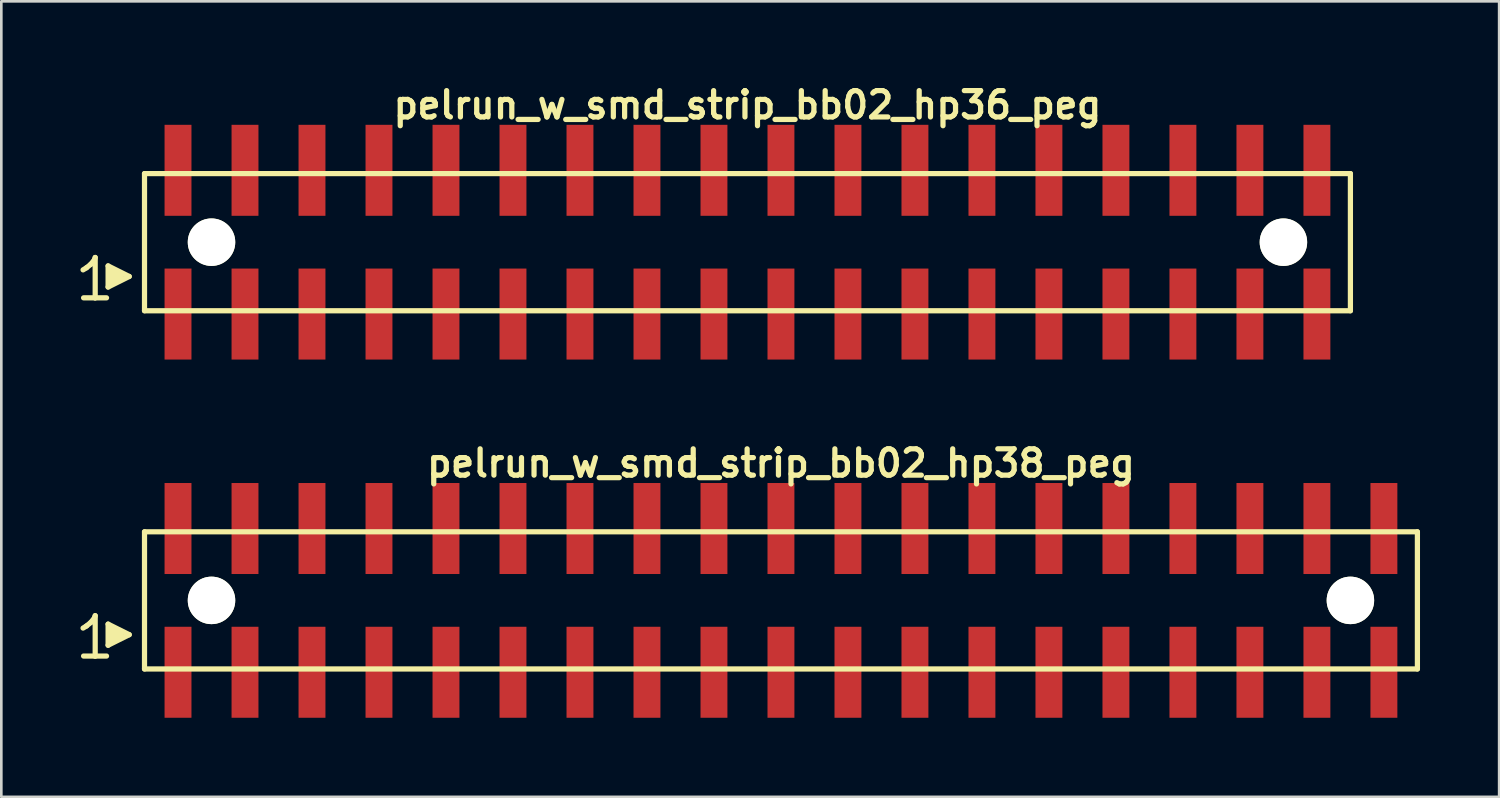
<source format=kicad_pcb>
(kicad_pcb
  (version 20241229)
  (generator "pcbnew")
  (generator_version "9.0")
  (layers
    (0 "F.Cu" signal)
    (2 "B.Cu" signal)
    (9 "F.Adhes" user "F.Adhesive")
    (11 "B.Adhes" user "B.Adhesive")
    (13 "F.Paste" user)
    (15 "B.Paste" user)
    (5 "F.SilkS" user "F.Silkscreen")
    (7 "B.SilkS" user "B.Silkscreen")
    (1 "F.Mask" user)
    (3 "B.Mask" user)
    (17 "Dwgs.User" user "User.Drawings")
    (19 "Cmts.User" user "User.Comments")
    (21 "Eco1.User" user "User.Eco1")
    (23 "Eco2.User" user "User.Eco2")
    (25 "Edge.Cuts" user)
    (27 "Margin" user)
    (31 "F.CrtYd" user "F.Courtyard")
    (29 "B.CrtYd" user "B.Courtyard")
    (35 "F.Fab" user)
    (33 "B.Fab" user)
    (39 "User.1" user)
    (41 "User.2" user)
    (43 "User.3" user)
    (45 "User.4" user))
  (footprint "pelrun_w_smd_strip_bb02_hp38_peg"
    (layer "F.Cu")
    (at 26.559 19.713)
    (property "Reference" "pelrun_w_smd_strip_bb02_hp38_peg" (at 0 -5.2 0) (layer "F.SilkS") (effects (font (size 0.998 0.998) (thickness 0.198))))
    (attr through_hole)
    (fp_line (start -26.46 1.05) (end -26.33 0.97) (stroke (width 0.198) (type solid)) (layer "F.SilkS"))
    (fp_line (start -26.33 0.97) (end -26.17 0.84) (stroke (width 0.198) (type solid)) (layer "F.SilkS"))
    (fp_line (start -26.17 0.84) (end -26.03 0.67) (stroke (width 0.198) (type solid)) (layer "F.SilkS"))
    (fp_line (start -26.03 0.67) (end -26 0.58) (stroke (width 0.198) (type solid)) (layer "F.SilkS"))
    (fp_line (start -26 0.58) (end -26 2.11) (stroke (width 0.198) (type solid)) (layer "F.SilkS"))
    (fp_line (start -26 2.11) (end -26.44 2.11) (stroke (width 0.198) (type solid)) (layer "F.SilkS"))
    (fp_line (start -25.57 2.11) (end -26.01 2.11) (stroke (width 0.198) (type solid)) (layer "F.SilkS"))
    (fp_line (start -25.51 0.9) (end -24.71 1.3) (stroke (width 0.198) (type solid)) (layer "F.SilkS"))
    (fp_line (start -25.51 1.7) (end -25.51 0.9) (stroke (width 0.198) (type solid)) (layer "F.SilkS"))
    (fp_line (start -25.41 1.6) (end -25.41 1) (stroke (width 0.198) (type solid)) (layer "F.SilkS"))
    (fp_line (start -25.31 1.1) (end -25.31 1.5) (stroke (width 0.198) (type solid)) (layer "F.SilkS"))
    (fp_line (start -25.21 1.5) (end -25.21 1.1) (stroke (width 0.198) (type solid)) (layer "F.SilkS"))
    (fp_line (start -25.11 1.2) (end -25.11 1.4) (stroke (width 0.198) (type solid)) (layer "F.SilkS"))
    (fp_line (start -25.01 1.4) (end -25.01 1.2) (stroke (width 0.198) (type solid)) (layer "F.SilkS"))
    (fp_line (start -24.71 1.3) (end -25.51 1.7) (stroke (width 0.198) (type solid)) (layer "F.SilkS"))
    (fp_line (start -24.13 -2.6) (end -24.13 2.6) (stroke (width 0.198) (type solid)) (layer "F.SilkS"))
    (fp_line (start -24.13 -2.6) (end 24.13 -2.6) (stroke (width 0.198) (type solid)) (layer "F.SilkS"))
    (fp_line (start 24.13 2.6) (end -24.13 2.6) (stroke (width 0.198) (type solid)) (layer "F.SilkS"))
    (fp_line (start 24.13 2.6) (end 24.13 -2.6) (stroke (width 0.198) (type solid)) (layer "F.SilkS"))
    (pad "" np_thru_hole circle (at -21.59 0) (size 1.8 1.8) (drill 1.8) (layers "*.Cu" "*.Mask" "F.SilkS"))
    (pad "" np_thru_hole circle (at 21.59 0) (size 1.8 1.8) (drill 1.8) (layers "*.Cu" "*.Mask" "F.SilkS"))
    (pad "1" smd rect (at -22.86 2.725) (size 1.02 3.45) (layers "F.Cu" "F.Mask" "F.Paste"))
    (pad "2" smd rect (at -22.86 -2.725) (size 1.02 3.45) (layers "F.Cu" "F.Mask" "F.Paste"))
    (pad "3" smd rect (at -20.32 2.725) (size 1.02 3.45) (layers "F.Cu" "F.Mask" "F.Paste"))
    (pad "4" smd rect (at -20.32 -2.725) (size 1.02 3.45) (layers "F.Cu" "F.Mask" "F.Paste"))
    (pad "5" smd rect (at -17.78 2.725) (size 1.02 3.45) (layers "F.Cu" "F.Mask" "F.Paste"))
    (pad "6" smd rect (at -17.78 -2.725) (size 1.02 3.45) (layers "F.Cu" "F.Mask" "F.Paste"))
    (pad "7" smd rect (at -15.24 2.725) (size 1.02 3.45) (layers "F.Cu" "F.Mask" "F.Paste"))
    (pad "8" smd rect (at -15.24 -2.725) (size 1.02 3.45) (layers "F.Cu" "F.Mask" "F.Paste"))
    (pad "9" smd rect (at -12.7 2.725) (size 1.02 3.45) (layers "F.Cu" "F.Mask" "F.Paste"))
    (pad "10" smd rect (at -12.7 -2.725) (size 1.02 3.45) (layers "F.Cu" "F.Mask" "F.Paste"))
    (pad "11" smd rect (at -10.16 2.725) (size 1.02 3.45) (layers "F.Cu" "F.Mask" "F.Paste"))
    (pad "12" smd rect (at -10.16 -2.725) (size 1.02 3.45) (layers "F.Cu" "F.Mask" "F.Paste"))
    (pad "13" smd rect (at -7.62 2.725) (size 1.02 3.45) (layers "F.Cu" "F.Mask" "F.Paste"))
    (pad "14" smd rect (at -7.62 -2.725) (size 1.02 3.45) (layers "F.Cu" "F.Mask" "F.Paste"))
    (pad "15" smd rect (at -5.08 2.725) (size 1.02 3.45) (layers "F.Cu" "F.Mask" "F.Paste"))
    (pad "16" smd rect (at -5.08 -2.725) (size 1.02 3.45) (layers "F.Cu" "F.Mask" "F.Paste"))
    (pad "17" smd rect (at -2.54 2.725) (size 1.02 3.45) (layers "F.Cu" "F.Mask" "F.Paste"))
    (pad "18" smd rect (at -2.54 -2.725) (size 1.02 3.45) (layers "F.Cu" "F.Mask" "F.Paste"))
    (pad "19" smd rect (at 0 2.725) (size 1.02 3.45) (layers "F.Cu" "F.Mask" "F.Paste"))
    (pad "20" smd rect (at 0 -2.725) (size 1.02 3.45) (layers "F.Cu" "F.Mask" "F.Paste"))
    (pad "21" smd rect (at 2.54 2.725) (size 1.02 3.45) (layers "F.Cu" "F.Mask" "F.Paste"))
    (pad "22" smd rect (at 2.54 -2.725) (size 1.02 3.45) (layers "F.Cu" "F.Mask" "F.Paste"))
    (pad "23" smd rect (at 5.08 2.725) (size 1.02 3.45) (layers "F.Cu" "F.Mask" "F.Paste"))
    (pad "24" smd rect (at 5.08 -2.725) (size 1.02 3.45) (layers "F.Cu" "F.Mask" "F.Paste"))
    (pad "25" smd rect (at 7.62 2.725) (size 1.02 3.45) (layers "F.Cu" "F.Mask" "F.Paste"))
    (pad "26" smd rect (at 7.62 -2.725) (size 1.02 3.45) (layers "F.Cu" "F.Mask" "F.Paste"))
    (pad "27" smd rect (at 10.16 2.725) (size 1.02 3.45) (layers "F.Cu" "F.Mask" "F.Paste"))
    (pad "28" smd rect (at 10.16 -2.725) (size 1.02 3.45) (layers "F.Cu" "F.Mask" "F.Paste"))
    (pad "29" smd rect (at 12.7 2.725) (size 1.02 3.45) (layers "F.Cu" "F.Mask" "F.Paste"))
    (pad "30" smd rect (at 12.7 -2.725) (size 1.02 3.45) (layers "F.Cu" "F.Mask" "F.Paste"))
    (pad "31" smd rect (at 15.24 2.725) (size 1.02 3.45) (layers "F.Cu" "F.Mask" "F.Paste"))
    (pad "32" smd rect (at 15.24 -2.725) (size 1.02 3.45) (layers "F.Cu" "F.Mask" "F.Paste"))
    (pad "33" smd rect (at 17.78 2.725) (size 1.02 3.45) (layers "F.Cu" "F.Mask" "F.Paste"))
    (pad "34" smd rect (at 17.78 -2.725) (size 1.02 3.45) (layers "F.Cu" "F.Mask" "F.Paste"))
    (pad "35" smd rect (at 20.32 2.725) (size 1.02 3.45) (layers "F.Cu" "F.Mask" "F.Paste"))
    (pad "36" smd rect (at 20.32 -2.725) (size 1.02 3.45) (layers "F.Cu" "F.Mask" "F.Paste"))
    (pad "37" smd rect (at 22.86 2.725) (size 1.02 3.45) (layers "F.Cu" "F.Mask" "F.Paste"))
    (pad "38" smd rect (at 22.86 -2.725) (size 1.02 3.45) (layers "F.Cu" "F.Mask" "F.Paste")))
  (footprint "pelrun_w_smd_strip_bb02_hp36_peg"
    (layer "F.Cu")
    (at 25.289 6.132)
    (property "Reference" "pelrun_w_smd_strip_bb02_hp36_peg" (at 0 -5.2 0) (layer "F.SilkS") (effects (font (size 0.998 0.998) (thickness 0.198))))
    (attr through_hole)
    (fp_line (start -25.19 1.05) (end -25.06 0.97) (stroke (width 0.198) (type solid)) (layer "F.SilkS"))
    (fp_line (start -25.06 0.97) (end -24.9 0.84) (stroke (width 0.198) (type solid)) (layer "F.SilkS"))
    (fp_line (start -24.9 0.84) (end -24.76 0.67) (stroke (width 0.198) (type solid)) (layer "F.SilkS"))
    (fp_line (start -24.76 0.67) (end -24.73 0.58) (stroke (width 0.198) (type solid)) (layer "F.SilkS"))
    (fp_line (start -24.73 0.58) (end -24.73 2.11) (stroke (width 0.198) (type solid)) (layer "F.SilkS"))
    (fp_line (start -24.73 2.11) (end -25.17 2.11) (stroke (width 0.198) (type solid)) (layer "F.SilkS"))
    (fp_line (start -24.3 2.11) (end -24.74 2.11) (stroke (width 0.198) (type solid)) (layer "F.SilkS"))
    (fp_line (start -24.24 0.9) (end -23.44 1.3) (stroke (width 0.198) (type solid)) (layer "F.SilkS"))
    (fp_line (start -24.24 1.7) (end -24.24 0.9) (stroke (width 0.198) (type solid)) (layer "F.SilkS"))
    (fp_line (start -24.14 1.6) (end -24.14 1) (stroke (width 0.198) (type solid)) (layer "F.SilkS"))
    (fp_line (start -24.04 1.1) (end -24.04 1.5) (stroke (width 0.198) (type solid)) (layer "F.SilkS"))
    (fp_line (start -23.94 1.5) (end -23.94 1.1) (stroke (width 0.198) (type solid)) (layer "F.SilkS"))
    (fp_line (start -23.84 1.2) (end -23.84 1.4) (stroke (width 0.198) (type solid)) (layer "F.SilkS"))
    (fp_line (start -23.74 1.4) (end -23.74 1.2) (stroke (width 0.198) (type solid)) (layer "F.SilkS"))
    (fp_line (start -23.44 1.3) (end -24.24 1.7) (stroke (width 0.198) (type solid)) (layer "F.SilkS"))
    (fp_line (start -22.86 -2.6) (end -22.86 2.6) (stroke (width 0.198) (type solid)) (layer "F.SilkS"))
    (fp_line (start -22.86 -2.6) (end 22.86 -2.6) (stroke (width 0.198) (type solid)) (layer "F.SilkS"))
    (fp_line (start 22.86 2.6) (end -22.86 2.6) (stroke (width 0.198) (type solid)) (layer "F.SilkS"))
    (fp_line (start 22.86 2.6) (end 22.86 -2.6) (stroke (width 0.198) (type solid)) (layer "F.SilkS"))
    (pad "" np_thru_hole circle (at -20.32 0) (size 1.8 1.8) (drill 1.8) (layers "*.Cu" "*.Mask" "F.SilkS"))
    (pad "" np_thru_hole circle (at 20.32 0) (size 1.8 1.8) (drill 1.8) (layers "*.Cu" "*.Mask" "F.SilkS"))
    (pad "1" smd rect (at -21.59 2.725) (size 1.02 3.45) (layers "F.Cu" "F.Mask" "F.Paste"))
    (pad "2" smd rect (at -21.59 -2.725) (size 1.02 3.45) (layers "F.Cu" "F.Mask" "F.Paste"))
    (pad "3" smd rect (at -19.05 2.725) (size 1.02 3.45) (layers "F.Cu" "F.Mask" "F.Paste"))
    (pad "4" smd rect (at -19.05 -2.725) (size 1.02 3.45) (layers "F.Cu" "F.Mask" "F.Paste"))
    (pad "5" smd rect (at -16.51 2.725) (size 1.02 3.45) (layers "F.Cu" "F.Mask" "F.Paste"))
    (pad "6" smd rect (at -16.51 -2.725) (size 1.02 3.45) (layers "F.Cu" "F.Mask" "F.Paste"))
    (pad "7" smd rect (at -13.97 2.725) (size 1.02 3.45) (layers "F.Cu" "F.Mask" "F.Paste"))
    (pad "8" smd rect (at -13.97 -2.725) (size 1.02 3.45) (layers "F.Cu" "F.Mask" "F.Paste"))
    (pad "9" smd rect (at -11.43 2.725) (size 1.02 3.45) (layers "F.Cu" "F.Mask" "F.Paste"))
    (pad "10" smd rect (at -11.43 -2.725) (size 1.02 3.45) (layers "F.Cu" "F.Mask" "F.Paste"))
    (pad "11" smd rect (at -8.89 2.725) (size 1.02 3.45) (layers "F.Cu" "F.Mask" "F.Paste"))
    (pad "12" smd rect (at -8.89 -2.725) (size 1.02 3.45) (layers "F.Cu" "F.Mask" "F.Paste"))
    (pad "13" smd rect (at -6.35 2.725) (size 1.02 3.45) (layers "F.Cu" "F.Mask" "F.Paste"))
    (pad "14" smd rect (at -6.35 -2.725) (size 1.02 3.45) (layers "F.Cu" "F.Mask" "F.Paste"))
    (pad "15" smd rect (at -3.81 2.725) (size 1.02 3.45) (layers "F.Cu" "F.Mask" "F.Paste"))
    (pad "16" smd rect (at -3.81 -2.725) (size 1.02 3.45) (layers "F.Cu" "F.Mask" "F.Paste"))
    (pad "17" smd rect (at -1.27 2.725) (size 1.02 3.45) (layers "F.Cu" "F.Mask" "F.Paste"))
    (pad "18" smd rect (at -1.27 -2.725) (size 1.02 3.45) (layers "F.Cu" "F.Mask" "F.Paste"))
    (pad "19" smd rect (at 1.27 2.725) (size 1.02 3.45) (layers "F.Cu" "F.Mask" "F.Paste"))
    (pad "20" smd rect (at 1.27 -2.725) (size 1.02 3.45) (layers "F.Cu" "F.Mask" "F.Paste"))
    (pad "21" smd rect (at 3.81 2.725) (size 1.02 3.45) (layers "F.Cu" "F.Mask" "F.Paste"))
    (pad "22" smd rect (at 3.81 -2.725) (size 1.02 3.45) (layers "F.Cu" "F.Mask" "F.Paste"))
    (pad "23" smd rect (at 6.35 2.725) (size 1.02 3.45) (layers "F.Cu" "F.Mask" "F.Paste"))
    (pad "24" smd rect (at 6.35 -2.725) (size 1.02 3.45) (layers "F.Cu" "F.Mask" "F.Paste"))
    (pad "25" smd rect (at 8.89 2.725) (size 1.02 3.45) (layers "F.Cu" "F.Mask" "F.Paste"))
    (pad "26" smd rect (at 8.89 -2.725) (size 1.02 3.45) (layers "F.Cu" "F.Mask" "F.Paste"))
    (pad "27" smd rect (at 11.43 2.725) (size 1.02 3.45) (layers "F.Cu" "F.Mask" "F.Paste"))
    (pad "28" smd rect (at 11.43 -2.725) (size 1.02 3.45) (layers "F.Cu" "F.Mask" "F.Paste"))
    (pad "29" smd rect (at 13.97 2.725) (size 1.02 3.45) (layers "F.Cu" "F.Mask" "F.Paste"))
    (pad "30" smd rect (at 13.97 -2.725) (size 1.02 3.45) (layers "F.Cu" "F.Mask" "F.Paste"))
    (pad "31" smd rect (at 16.51 2.725) (size 1.02 3.45) (layers "F.Cu" "F.Mask" "F.Paste"))
    (pad "32" smd rect (at 16.51 -2.725) (size 1.02 3.45) (layers "F.Cu" "F.Mask" "F.Paste"))
    (pad "33" smd rect (at 19.05 2.725) (size 1.02 3.45) (layers "F.Cu" "F.Mask" "F.Paste"))
    (pad "34" smd rect (at 19.05 -2.725) (size 1.02 3.45) (layers "F.Cu" "F.Mask" "F.Paste"))
    (pad "35" smd rect (at 21.59 2.725) (size 1.02 3.45) (layers "F.Cu" "F.Mask" "F.Paste"))
    (pad "36" smd rect (at 21.59 -2.725) (size 1.02 3.45) (layers "F.Cu" "F.Mask" "F.Paste")))
  (gr_rect
    (start -3 -3)
    (end 53.788 27.163)
    (stroke (width 0.1) (type default))
    (fill no)
    (layer "Edge.Cuts")))
</source>
